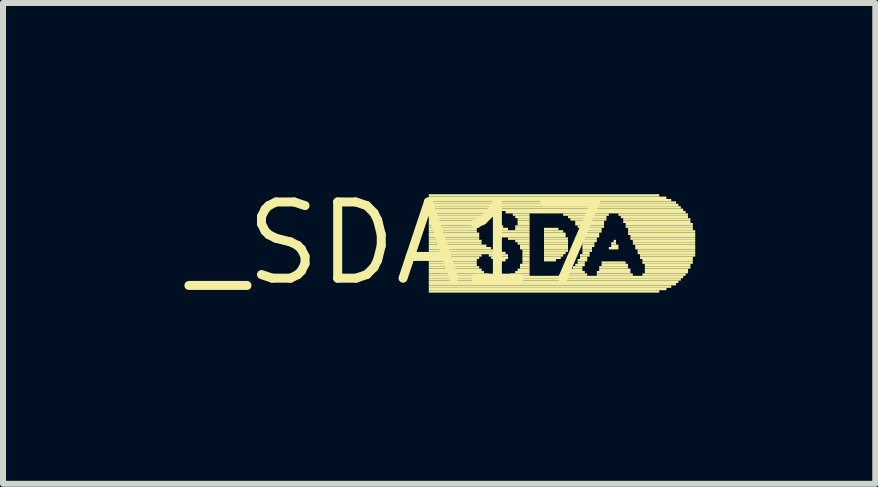
<source format=kicad_pcb>
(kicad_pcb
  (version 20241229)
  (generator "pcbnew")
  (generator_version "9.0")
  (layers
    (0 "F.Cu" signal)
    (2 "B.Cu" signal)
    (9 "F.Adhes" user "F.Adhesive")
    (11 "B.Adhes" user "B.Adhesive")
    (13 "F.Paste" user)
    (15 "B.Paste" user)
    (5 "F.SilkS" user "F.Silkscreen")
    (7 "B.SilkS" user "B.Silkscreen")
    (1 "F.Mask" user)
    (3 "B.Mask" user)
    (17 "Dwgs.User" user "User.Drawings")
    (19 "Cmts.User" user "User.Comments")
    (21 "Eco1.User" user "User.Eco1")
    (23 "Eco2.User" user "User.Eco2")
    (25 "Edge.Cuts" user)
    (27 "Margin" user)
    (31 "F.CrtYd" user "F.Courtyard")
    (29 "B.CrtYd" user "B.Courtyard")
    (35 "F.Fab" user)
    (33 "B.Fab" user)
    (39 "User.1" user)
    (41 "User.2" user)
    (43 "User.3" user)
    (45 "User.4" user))
  (footprint "_SDA17"
    (layer "F.Cu")
    (at 3.575 1.006)
    (property "Reference" "_SDA17" (at 0 0 0) (layer "F.SilkS") (effects (font (size 1.27 1.27) (thickness 0.15))))
    (fp_poly (pts (xy 0.52 -0.78) (xy 4.36 -0.78) (xy 4.36 -0.82) (xy 0.52 -0.82)) (stroke (width 0) (type default)) (fill yes) (layer "F.SilkS"))
    (fp_poly (pts (xy 0.52 -0.74) (xy 4.48 -0.74) (xy 4.48 -0.78) (xy 0.52 -0.78)) (stroke (width 0) (type default)) (fill yes) (layer "F.SilkS"))
    (fp_poly (pts (xy 0.52 -0.7) (xy 4.56 -0.7) (xy 4.56 -0.74) (xy 0.52 -0.74)) (stroke (width 0) (type default)) (fill yes) (layer "F.SilkS"))
    (fp_poly (pts (xy 0.52 -0.66) (xy 4.64 -0.66) (xy 4.64 -0.7) (xy 0.52 -0.7)) (stroke (width 0) (type default)) (fill yes) (layer "F.SilkS"))
    (fp_poly (pts (xy 0.52 -0.62) (xy 4.68 -0.62) (xy 4.68 -0.66) (xy 0.52 -0.66)) (stroke (width 0) (type default)) (fill yes) (layer "F.SilkS"))
    (fp_poly (pts (xy 0.52 -0.58) (xy 4.72 -0.58) (xy 4.72 -0.62) (xy 0.52 -0.62)) (stroke (width 0) (type default)) (fill yes) (layer "F.SilkS"))
    (fp_poly (pts (xy 0.52 -0.54) (xy 4.76 -0.54) (xy 4.76 -0.58) (xy 0.52 -0.58)) (stroke (width 0) (type default)) (fill yes) (layer "F.SilkS"))
    (fp_poly (pts (xy 0.52 -0.5) (xy 1.6 -0.5) (xy 1.6 -0.54) (xy 0.52 -0.54)) (stroke (width 0) (type default)) (fill yes) (layer "F.SilkS"))
    (fp_poly (pts (xy 0.52 -0.46) (xy 1.48 -0.46) (xy 1.48 -0.5) (xy 0.52 -0.5)) (stroke (width 0) (type default)) (fill yes) (layer "F.SilkS"))
    (fp_poly (pts (xy 0.52 -0.42) (xy 1.44 -0.42) (xy 1.44 -0.46) (xy 0.52 -0.46)) (stroke (width 0) (type default)) (fill yes) (layer "F.SilkS"))
    (fp_poly (pts (xy 0.52 -0.38) (xy 1.4 -0.38) (xy 1.4 -0.42) (xy 0.52 -0.42)) (stroke (width 0) (type default)) (fill yes) (layer "F.SilkS"))
    (fp_poly (pts (xy 0.52 -0.34) (xy 1.36 -0.34) (xy 1.36 -0.38) (xy 0.52 -0.38)) (stroke (width 0) (type default)) (fill yes) (layer "F.SilkS"))
    (fp_poly (pts (xy 0.52 -0.3) (xy 1.36 -0.3) (xy 1.36 -0.34) (xy 0.52 -0.34)) (stroke (width 0) (type default)) (fill yes) (layer "F.SilkS"))
    (fp_poly (pts (xy 0.52 -0.26) (xy 1.36 -0.26) (xy 1.36 -0.3) (xy 0.52 -0.3)) (stroke (width 0) (type default)) (fill yes) (layer "F.SilkS"))
    (fp_poly (pts (xy 0.52 -0.22) (xy 1.32 -0.22) (xy 1.32 -0.26) (xy 0.52 -0.26)) (stroke (width 0) (type default)) (fill yes) (layer "F.SilkS"))
    (fp_poly (pts (xy 0.52 -0.18) (xy 1.32 -0.18) (xy 1.32 -0.22) (xy 0.52 -0.22)) (stroke (width 0) (type default)) (fill yes) (layer "F.SilkS"))
    (fp_poly (pts (xy 0.52 -0.14) (xy 1.36 -0.14) (xy 1.36 -0.18) (xy 0.52 -0.18)) (stroke (width 0) (type default)) (fill yes) (layer "F.SilkS"))
    (fp_poly (pts (xy 0.52 -0.1) (xy 1.36 -0.1) (xy 1.36 -0.14) (xy 0.52 -0.14)) (stroke (width 0) (type default)) (fill yes) (layer "F.SilkS"))
    (fp_poly (pts (xy 0.52 -0.06) (xy 1.36 -0.06) (xy 1.36 -0.1) (xy 0.52 -0.1)) (stroke (width 0) (type default)) (fill yes) (layer "F.SilkS"))
    (fp_poly (pts (xy 0.52 -0.02) (xy 1.4 -0.02) (xy 1.4 -0.06) (xy 0.52 -0.06)) (stroke (width 0) (type default)) (fill yes) (layer "F.SilkS"))
    (fp_poly (pts (xy 0.52 0.02) (xy 1.4 0.02) (xy 1.4 -0.02) (xy 0.52 -0.02)) (stroke (width 0) (type default)) (fill yes) (layer "F.SilkS"))
    (fp_poly (pts (xy 0.52 0.06) (xy 1.48 0.06) (xy 1.48 0.02) (xy 0.52 0.02)) (stroke (width 0) (type default)) (fill yes) (layer "F.SilkS"))
    (fp_poly (pts (xy 0.52 0.1) (xy 1.56 0.1) (xy 1.56 0.06) (xy 0.52 0.06)) (stroke (width 0) (type default)) (fill yes) (layer "F.SilkS"))
    (fp_poly (pts (xy 0.52 0.14) (xy 1.72 0.14) (xy 1.72 0.1) (xy 0.52 0.1)) (stroke (width 0) (type default)) (fill yes) (layer "F.SilkS"))
    (fp_poly (pts (xy 0.52 0.18) (xy 1.8 0.18) (xy 1.8 0.14) (xy 0.52 0.14)) (stroke (width 0) (type default)) (fill yes) (layer "F.SilkS"))
    (fp_poly (pts (xy 0.52 0.22) (xy 1.4 0.22) (xy 1.4 0.18) (xy 0.52 0.18)) (stroke (width 0) (type default)) (fill yes) (layer "F.SilkS"))
    (fp_poly (pts (xy 0.52 0.26) (xy 1.36 0.26) (xy 1.36 0.22) (xy 0.52 0.22)) (stroke (width 0) (type default)) (fill yes) (layer "F.SilkS"))
    (fp_poly (pts (xy 0.52 0.3) (xy 1.32 0.3) (xy 1.32 0.26) (xy 0.52 0.26)) (stroke (width 0) (type default)) (fill yes) (layer "F.SilkS"))
    (fp_poly (pts (xy 0.52 0.34) (xy 1.32 0.34) (xy 1.32 0.3) (xy 0.52 0.3)) (stroke (width 0) (type default)) (fill yes) (layer "F.SilkS"))
    (fp_poly (pts (xy 0.52 0.38) (xy 1.32 0.38) (xy 1.32 0.34) (xy 0.52 0.34)) (stroke (width 0) (type default)) (fill yes) (layer "F.SilkS"))
    (fp_poly (pts (xy 0.52 0.42) (xy 1.36 0.42) (xy 1.36 0.38) (xy 0.52 0.38)) (stroke (width 0) (type default)) (fill yes) (layer "F.SilkS"))
    (fp_poly (pts (xy 0.52 0.46) (xy 1.4 0.46) (xy 1.4 0.42) (xy 0.52 0.42)) (stroke (width 0) (type default)) (fill yes) (layer "F.SilkS"))
    (fp_poly (pts (xy 0.52 0.5) (xy 1.44 0.5) (xy 1.44 0.46) (xy 0.52 0.46)) (stroke (width 0) (type default)) (fill yes) (layer "F.SilkS"))
    (fp_poly (pts (xy 0.52 0.54) (xy 1.52 0.54) (xy 1.52 0.5) (xy 0.52 0.5)) (stroke (width 0) (type default)) (fill yes) (layer "F.SilkS"))
    (fp_poly (pts (xy 0.52 0.58) (xy 4.76 0.58) (xy 4.76 0.54) (xy 0.52 0.54)) (stroke (width 0) (type default)) (fill yes) (layer "F.SilkS"))
    (fp_poly (pts (xy 0.52 0.62) (xy 4.72 0.62) (xy 4.72 0.58) (xy 0.52 0.58)) (stroke (width 0) (type default)) (fill yes) (layer "F.SilkS"))
    (fp_poly (pts (xy 0.52 0.66) (xy 4.68 0.66) (xy 4.68 0.62) (xy 0.52 0.62)) (stroke (width 0) (type default)) (fill yes) (layer "F.SilkS"))
    (fp_poly (pts (xy 0.52 0.7) (xy 4.64 0.7) (xy 4.64 0.66) (xy 0.52 0.66)) (stroke (width 0) (type default)) (fill yes) (layer "F.SilkS"))
    (fp_poly (pts (xy 0.52 0.74) (xy 4.56 0.74) (xy 4.56 0.7) (xy 0.52 0.7)) (stroke (width 0) (type default)) (fill yes) (layer "F.SilkS"))
    (fp_poly (pts (xy 0.52 0.78) (xy 4.48 0.78) (xy 4.48 0.74) (xy 0.52 0.74)) (stroke (width 0) (type default)) (fill yes) (layer "F.SilkS"))
    (fp_poly (pts (xy 0.52 0.82) (xy 4.36 0.82) (xy 4.36 0.78) (xy 0.52 0.78)) (stroke (width 0) (type default)) (fill yes) (layer "F.SilkS"))
    (fp_poly (pts (xy 1.52 0.22) (xy 1.84 0.22) (xy 1.84 0.18) (xy 1.52 0.18)) (stroke (width 0) (type default)) (fill yes) (layer "F.SilkS"))
    (fp_poly (pts (xy 1.56 0.26) (xy 1.84 0.26) (xy 1.84 0.22) (xy 1.56 0.22)) (stroke (width 0) (type default)) (fill yes) (layer "F.SilkS"))
    (fp_poly (pts (xy 1.6 -0.22) (xy 1.84 -0.22) (xy 1.84 -0.26) (xy 1.6 -0.26)) (stroke (width 0) (type default)) (fill yes) (layer "F.SilkS"))
    (fp_poly (pts (xy 1.6 -0.18) (xy 2.2 -0.18) (xy 2.2 -0.22) (xy 1.6 -0.22)) (stroke (width 0) (type default)) (fill yes) (layer "F.SilkS"))
    (fp_poly (pts (xy 1.6 -0.14) (xy 2.2 -0.14) (xy 2.2 -0.18) (xy 1.6 -0.18)) (stroke (width 0) (type default)) (fill yes) (layer "F.SilkS"))
    (fp_poly (pts (xy 1.6 0.3) (xy 1.8 0.3) (xy 1.8 0.26) (xy 1.6 0.26)) (stroke (width 0) (type default)) (fill yes) (layer "F.SilkS"))
    (fp_poly (pts (xy 1.64 -0.26) (xy 1.76 -0.26) (xy 1.76 -0.3) (xy 1.64 -0.3)) (stroke (width 0) (type default)) (fill yes) (layer "F.SilkS"))
    (fp_poly (pts (xy 1.68 -0.1) (xy 2.2 -0.1) (xy 2.2 -0.14) (xy 1.68 -0.14)) (stroke (width 0) (type default)) (fill yes) (layer "F.SilkS"))
    (fp_poly (pts (xy 1.8 -0.5) (xy 4.8 -0.5) (xy 4.8 -0.54) (xy 1.8 -0.54)) (stroke (width 0) (type default)) (fill yes) (layer "F.SilkS"))
    (fp_poly (pts (xy 1.84 -0.06) (xy 2.2 -0.06) (xy 2.2 -0.1) (xy 1.84 -0.1)) (stroke (width 0) (type default)) (fill yes) (layer "F.SilkS"))
    (fp_poly (pts (xy 1.88 0.54) (xy 2.2 0.54) (xy 2.2 0.5) (xy 1.88 0.5)) (stroke (width 0) (type default)) (fill yes) (layer "F.SilkS"))
    (fp_poly (pts (xy 1.92 -0.46) (xy 2.2 -0.46) (xy 2.2 -0.5) (xy 1.92 -0.5)) (stroke (width 0) (type default)) (fill yes) (layer "F.SilkS"))
    (fp_poly (pts (xy 1.96 -0.42) (xy 2.2 -0.42) (xy 2.2 -0.46) (xy 1.96 -0.46)) (stroke (width 0) (type default)) (fill yes) (layer "F.SilkS"))
    (fp_poly (pts (xy 1.96 -0.26) (xy 2.2 -0.26) (xy 2.2 -0.3) (xy 1.96 -0.3)) (stroke (width 0) (type default)) (fill yes) (layer "F.SilkS"))
    (fp_poly (pts (xy 1.96 -0.22) (xy 2.2 -0.22) (xy 2.2 -0.26) (xy 1.96 -0.26)) (stroke (width 0) (type default)) (fill yes) (layer "F.SilkS"))
    (fp_poly (pts (xy 1.96 -0.02) (xy 2.2 -0.02) (xy 2.2 -0.06) (xy 1.96 -0.06)) (stroke (width 0) (type default)) (fill yes) (layer "F.SilkS"))
    (fp_poly (pts (xy 1.96 0.5) (xy 2.2 0.5) (xy 2.2 0.46) (xy 1.96 0.46)) (stroke (width 0) (type default)) (fill yes) (layer "F.SilkS"))
    (fp_poly (pts (xy 2 -0.38) (xy 2.2 -0.38) (xy 2.2 -0.42) (xy 2 -0.42)) (stroke (width 0) (type default)) (fill yes) (layer "F.SilkS"))
    (fp_poly (pts (xy 2 -0.34) (xy 2.2 -0.34) (xy 2.2 -0.38) (xy 2 -0.38)) (stroke (width 0) (type default)) (fill yes) (layer "F.SilkS"))
    (fp_poly (pts (xy 2 -0.3) (xy 2.2 -0.3) (xy 2.2 -0.34) (xy 2 -0.34)) (stroke (width 0) (type default)) (fill yes) (layer "F.SilkS"))
    (fp_poly (pts (xy 2 0.02) (xy 2.2 0.02) (xy 2.2 -0.02) (xy 2 -0.02)) (stroke (width 0) (type default)) (fill yes) (layer "F.SilkS"))
    (fp_poly (pts (xy 2 0.46) (xy 2.2 0.46) (xy 2.2 0.42) (xy 2 0.42)) (stroke (width 0) (type default)) (fill yes) (layer "F.SilkS"))
    (fp_poly (pts (xy 2.04 0.06) (xy 2.2 0.06) (xy 2.2 0.02) (xy 2.04 0.02)) (stroke (width 0) (type default)) (fill yes) (layer "F.SilkS"))
    (fp_poly (pts (xy 2.04 0.1) (xy 2.2 0.1) (xy 2.2 0.06) (xy 2.04 0.06)) (stroke (width 0) (type default)) (fill yes) (layer "F.SilkS"))
    (fp_poly (pts (xy 2.04 0.38) (xy 2.2 0.38) (xy 2.2 0.34) (xy 2.04 0.34)) (stroke (width 0) (type default)) (fill yes) (layer "F.SilkS"))
    (fp_poly (pts (xy 2.04 0.42) (xy 2.2 0.42) (xy 2.2 0.38) (xy 2.04 0.38)) (stroke (width 0) (type default)) (fill yes) (layer "F.SilkS"))
    (fp_poly (pts (xy 2.08 0.14) (xy 2.2 0.14) (xy 2.2 0.1) (xy 2.08 0.1)) (stroke (width 0) (type default)) (fill yes) (layer "F.SilkS"))
    (fp_poly (pts (xy 2.08 0.18) (xy 2.2 0.18) (xy 2.2 0.14) (xy 2.08 0.14)) (stroke (width 0) (type default)) (fill yes) (layer "F.SilkS"))
    (fp_poly (pts (xy 2.08 0.22) (xy 2.2 0.22) (xy 2.2 0.18) (xy 2.08 0.18)) (stroke (width 0) (type default)) (fill yes) (layer "F.SilkS"))
    (fp_poly (pts (xy 2.08 0.26) (xy 2.2 0.26) (xy 2.2 0.22) (xy 2.08 0.22)) (stroke (width 0) (type default)) (fill yes) (layer "F.SilkS"))
    (fp_poly (pts (xy 2.08 0.3) (xy 2.2 0.3) (xy 2.2 0.26) (xy 2.08 0.26)) (stroke (width 0) (type default)) (fill yes) (layer "F.SilkS"))
    (fp_poly (pts (xy 2.08 0.34) (xy 2.2 0.34) (xy 2.2 0.3) (xy 2.08 0.3)) (stroke (width 0) (type default)) (fill yes) (layer "F.SilkS"))
    (fp_poly (pts (xy 2.44 -0.22) (xy 2.68 -0.22) (xy 2.68 -0.26) (xy 2.44 -0.26)) (stroke (width 0) (type default)) (fill yes) (layer "F.SilkS"))
    (fp_poly (pts (xy 2.44 -0.18) (xy 2.76 -0.18) (xy 2.76 -0.22) (xy 2.44 -0.22)) (stroke (width 0) (type default)) (fill yes) (layer "F.SilkS"))
    (fp_poly (pts (xy 2.44 -0.14) (xy 2.8 -0.14) (xy 2.8 -0.18) (xy 2.44 -0.18)) (stroke (width 0) (type default)) (fill yes) (layer "F.SilkS"))
    (fp_poly (pts (xy 2.44 -0.1) (xy 2.8 -0.1) (xy 2.8 -0.14) (xy 2.44 -0.14)) (stroke (width 0) (type default)) (fill yes) (layer "F.SilkS"))
    (fp_poly (pts (xy 2.44 -0.06) (xy 2.84 -0.06) (xy 2.84 -0.1) (xy 2.44 -0.1)) (stroke (width 0) (type default)) (fill yes) (layer "F.SilkS"))
    (fp_poly (pts (xy 2.44 -0.02) (xy 2.84 -0.02) (xy 2.84 -0.06) (xy 2.44 -0.06)) (stroke (width 0) (type default)) (fill yes) (layer "F.SilkS"))
    (fp_poly (pts (xy 2.44 0.02) (xy 2.84 0.02) (xy 2.84 -0.02) (xy 2.44 -0.02)) (stroke (width 0) (type default)) (fill yes) (layer "F.SilkS"))
    (fp_poly (pts (xy 2.44 0.06) (xy 2.84 0.06) (xy 2.84 0.02) (xy 2.44 0.02)) (stroke (width 0) (type default)) (fill yes) (layer "F.SilkS"))
    (fp_poly (pts (xy 2.44 0.1) (xy 2.84 0.1) (xy 2.84 0.06) (xy 2.44 0.06)) (stroke (width 0) (type default)) (fill yes) (layer "F.SilkS"))
    (fp_poly (pts (xy 2.44 0.14) (xy 2.84 0.14) (xy 2.84 0.1) (xy 2.44 0.1)) (stroke (width 0) (type default)) (fill yes) (layer "F.SilkS"))
    (fp_poly (pts (xy 2.44 0.18) (xy 2.8 0.18) (xy 2.8 0.14) (xy 2.44 0.14)) (stroke (width 0) (type default)) (fill yes) (layer "F.SilkS"))
    (fp_poly (pts (xy 2.44 0.22) (xy 2.76 0.22) (xy 2.76 0.18) (xy 2.44 0.18)) (stroke (width 0) (type default)) (fill yes) (layer "F.SilkS"))
    (fp_poly (pts (xy 2.44 0.26) (xy 2.72 0.26) (xy 2.72 0.22) (xy 2.44 0.22)) (stroke (width 0) (type default)) (fill yes) (layer "F.SilkS"))
    (fp_poly (pts (xy 2.44 0.3) (xy 2.64 0.3) (xy 2.64 0.26) (xy 2.44 0.26)) (stroke (width 0) (type default)) (fill yes) (layer "F.SilkS"))
    (fp_poly (pts (xy 2.72 0.54) (xy 3.16 0.54) (xy 3.16 0.5) (xy 2.72 0.5)) (stroke (width 0) (type default)) (fill yes) (layer "F.SilkS"))
    (fp_poly (pts (xy 2.76 -0.46) (xy 3.52 -0.46) (xy 3.52 -0.5) (xy 2.76 -0.5)) (stroke (width 0) (type default)) (fill yes) (layer "F.SilkS"))
    (fp_poly (pts (xy 2.8 0.5) (xy 3.12 0.5) (xy 3.12 0.46) (xy 2.8 0.46)) (stroke (width 0) (type default)) (fill yes) (layer "F.SilkS"))
    (fp_poly (pts (xy 2.84 -0.42) (xy 3.48 -0.42) (xy 3.48 -0.46) (xy 2.84 -0.46)) (stroke (width 0) (type default)) (fill yes) (layer "F.SilkS"))
    (fp_poly (pts (xy 2.88 -0.38) (xy 3.48 -0.38) (xy 3.48 -0.42) (xy 2.88 -0.42)) (stroke (width 0) (type default)) (fill yes) (layer "F.SilkS"))
    (fp_poly (pts (xy 2.88 0.46) (xy 3.08 0.46) (xy 3.08 0.42) (xy 2.88 0.42)) (stroke (width 0) (type default)) (fill yes) (layer "F.SilkS"))
    (fp_poly (pts (xy 2.92 0.42) (xy 3.08 0.42) (xy 3.08 0.38) (xy 2.92 0.38)) (stroke (width 0) (type default)) (fill yes) (layer "F.SilkS"))
    (fp_poly (pts (xy 2.96 -0.34) (xy 3.44 -0.34) (xy 3.44 -0.38) (xy 2.96 -0.38)) (stroke (width 0) (type default)) (fill yes) (layer "F.SilkS"))
    (fp_poly (pts (xy 2.96 -0.3) (xy 3.44 -0.3) (xy 3.44 -0.34) (xy 2.96 -0.34)) (stroke (width 0) (type default)) (fill yes) (layer "F.SilkS"))
    (fp_poly (pts (xy 2.96 0.38) (xy 3.12 0.38) (xy 3.12 0.34) (xy 2.96 0.34)) (stroke (width 0) (type default)) (fill yes) (layer "F.SilkS"))
    (fp_poly (pts (xy 3 -0.26) (xy 3.44 -0.26) (xy 3.44 -0.3) (xy 3 -0.3)) (stroke (width 0) (type default)) (fill yes) (layer "F.SilkS"))
    (fp_poly (pts (xy 3 0.3) (xy 3.16 0.3) (xy 3.16 0.26) (xy 3 0.26)) (stroke (width 0) (type default)) (fill yes) (layer "F.SilkS"))
    (fp_poly (pts (xy 3 0.34) (xy 3.12 0.34) (xy 3.12 0.3) (xy 3 0.3)) (stroke (width 0) (type default)) (fill yes) (layer "F.SilkS"))
    (fp_poly (pts (xy 3.04 -0.22) (xy 3.4 -0.22) (xy 3.4 -0.26) (xy 3.04 -0.26)) (stroke (width 0) (type default)) (fill yes) (layer "F.SilkS"))
    (fp_poly (pts (xy 3.04 -0.18) (xy 3.4 -0.18) (xy 3.4 -0.22) (xy 3.04 -0.22)) (stroke (width 0) (type default)) (fill yes) (layer "F.SilkS"))
    (fp_poly (pts (xy 3.04 0.22) (xy 3.2 0.22) (xy 3.2 0.18) (xy 3.04 0.18)) (stroke (width 0) (type default)) (fill yes) (layer "F.SilkS"))
    (fp_poly (pts (xy 3.04 0.26) (xy 3.16 0.26) (xy 3.16 0.22) (xy 3.04 0.22)) (stroke (width 0) (type default)) (fill yes) (layer "F.SilkS"))
    (fp_poly (pts (xy 3.08 -0.14) (xy 3.36 -0.14) (xy 3.36 -0.18) (xy 3.08 -0.18)) (stroke (width 0) (type default)) (fill yes) (layer "F.SilkS"))
    (fp_poly (pts (xy 3.08 -0.1) (xy 3.36 -0.1) (xy 3.36 -0.14) (xy 3.08 -0.14)) (stroke (width 0) (type default)) (fill yes) (layer "F.SilkS"))
    (fp_poly (pts (xy 3.08 -0.06) (xy 3.32 -0.06) (xy 3.32 -0.1) (xy 3.08 -0.1)) (stroke (width 0) (type default)) (fill yes) (layer "F.SilkS"))
    (fp_poly (pts (xy 3.08 -0.02) (xy 3.32 -0.02) (xy 3.32 -0.06) (xy 3.08 -0.06)) (stroke (width 0) (type default)) (fill yes) (layer "F.SilkS"))
    (fp_poly (pts (xy 3.08 0.02) (xy 3.28 0.02) (xy 3.28 -0.02) (xy 3.08 -0.02)) (stroke (width 0) (type default)) (fill yes) (layer "F.SilkS"))
    (fp_poly (pts (xy 3.08 0.06) (xy 3.28 0.06) (xy 3.28 0.02) (xy 3.08 0.02)) (stroke (width 0) (type default)) (fill yes) (layer "F.SilkS"))
    (fp_poly (pts (xy 3.08 0.1) (xy 3.24 0.1) (xy 3.24 0.06) (xy 3.08 0.06)) (stroke (width 0) (type default)) (fill yes) (layer "F.SilkS"))
    (fp_poly (pts (xy 3.08 0.14) (xy 3.24 0.14) (xy 3.24 0.1) (xy 3.08 0.1)) (stroke (width 0) (type default)) (fill yes) (layer "F.SilkS"))
    (fp_poly (pts (xy 3.08 0.18) (xy 3.2 0.18) (xy 3.2 0.14) (xy 3.08 0.14)) (stroke (width 0) (type default)) (fill yes) (layer "F.SilkS"))
    (fp_poly (pts (xy 3.32 0.5) (xy 3.88 0.5) (xy 3.88 0.46) (xy 3.32 0.46)) (stroke (width 0) (type default)) (fill yes) (layer "F.SilkS"))
    (fp_poly (pts (xy 3.32 0.54) (xy 3.92 0.54) (xy 3.92 0.5) (xy 3.32 0.5)) (stroke (width 0) (type default)) (fill yes) (layer "F.SilkS"))
    (fp_poly (pts (xy 3.36 0.42) (xy 3.84 0.42) (xy 3.84 0.38) (xy 3.36 0.38)) (stroke (width 0) (type default)) (fill yes) (layer "F.SilkS"))
    (fp_poly (pts (xy 3.36 0.46) (xy 3.88 0.46) (xy 3.88 0.42) (xy 3.36 0.42)) (stroke (width 0) (type default)) (fill yes) (layer "F.SilkS"))
    (fp_poly (pts (xy 3.4 0.34) (xy 3.8 0.34) (xy 3.8 0.3) (xy 3.4 0.3)) (stroke (width 0) (type default)) (fill yes) (layer "F.SilkS"))
    (fp_poly (pts (xy 3.4 0.38) (xy 3.84 0.38) (xy 3.84 0.34) (xy 3.4 0.34)) (stroke (width 0) (type default)) (fill yes) (layer "F.SilkS"))
    (fp_poly (pts (xy 3.52 0.1) (xy 3.68 0.1) (xy 3.68 0.06) (xy 3.52 0.06)) (stroke (width 0) (type default)) (fill yes) (layer "F.SilkS"))
    (fp_poly (pts (xy 3.56 0.02) (xy 3.64 0.02) (xy 3.64 -0.02) (xy 3.56 -0.02)) (stroke (width 0) (type default)) (fill yes) (layer "F.SilkS"))
    (fp_poly (pts (xy 3.56 0.06) (xy 3.68 0.06) (xy 3.68 0.02) (xy 3.56 0.02)) (stroke (width 0) (type default)) (fill yes) (layer "F.SilkS"))
    (fp_poly (pts (xy 3.6 -0.02) (xy 3.64 -0.02) (xy 3.64 -0.06) (xy 3.6 -0.06)) (stroke (width 0) (type default)) (fill yes) (layer "F.SilkS"))
    (fp_poly (pts (xy 3.68 -0.46) (xy 4.84 -0.46) (xy 4.84 -0.5) (xy 3.68 -0.5)) (stroke (width 0) (type default)) (fill yes) (layer "F.SilkS"))
    (fp_poly (pts (xy 3.72 -0.42) (xy 4.84 -0.42) (xy 4.84 -0.46) (xy 3.72 -0.46)) (stroke (width 0) (type default)) (fill yes) (layer "F.SilkS"))
    (fp_poly (pts (xy 3.76 -0.38) (xy 4.88 -0.38) (xy 4.88 -0.42) (xy 3.76 -0.42)) (stroke (width 0) (type default)) (fill yes) (layer "F.SilkS"))
    (fp_poly (pts (xy 3.76 -0.34) (xy 4.88 -0.34) (xy 4.88 -0.38) (xy 3.76 -0.38)) (stroke (width 0) (type default)) (fill yes) (layer "F.SilkS"))
    (fp_poly (pts (xy 3.8 -0.3) (xy 4.92 -0.3) (xy 4.92 -0.34) (xy 3.8 -0.34)) (stroke (width 0) (type default)) (fill yes) (layer "F.SilkS"))
    (fp_poly (pts (xy 3.8 -0.26) (xy 4.92 -0.26) (xy 4.92 -0.3) (xy 3.8 -0.3)) (stroke (width 0) (type default)) (fill yes) (layer "F.SilkS"))
    (fp_poly (pts (xy 3.84 -0.22) (xy 4.92 -0.22) (xy 4.92 -0.26) (xy 3.84 -0.26)) (stroke (width 0) (type default)) (fill yes) (layer "F.SilkS"))
    (fp_poly (pts (xy 3.84 -0.18) (xy 4.96 -0.18) (xy 4.96 -0.22) (xy 3.84 -0.22)) (stroke (width 0) (type default)) (fill yes) (layer "F.SilkS"))
    (fp_poly (pts (xy 3.84 -0.14) (xy 4.96 -0.14) (xy 4.96 -0.18) (xy 3.84 -0.18)) (stroke (width 0) (type default)) (fill yes) (layer "F.SilkS"))
    (fp_poly (pts (xy 3.88 -0.1) (xy 4.96 -0.1) (xy 4.96 -0.14) (xy 3.88 -0.14)) (stroke (width 0) (type default)) (fill yes) (layer "F.SilkS"))
    (fp_poly (pts (xy 3.88 -0.06) (xy 4.96 -0.06) (xy 4.96 -0.1) (xy 3.88 -0.1)) (stroke (width 0) (type default)) (fill yes) (layer "F.SilkS"))
    (fp_poly (pts (xy 3.92 -0.02) (xy 4.96 -0.02) (xy 4.96 -0.06) (xy 3.92 -0.06)) (stroke (width 0) (type default)) (fill yes) (layer "F.SilkS"))
    (fp_poly (pts (xy 3.92 0.02) (xy 4.96 0.02) (xy 4.96 -0.02) (xy 3.92 -0.02)) (stroke (width 0) (type default)) (fill yes) (layer "F.SilkS"))
    (fp_poly (pts (xy 3.96 0.06) (xy 4.96 0.06) (xy 4.96 0.02) (xy 3.96 0.02)) (stroke (width 0) (type default)) (fill yes) (layer "F.SilkS"))
    (fp_poly (pts (xy 3.96 0.1) (xy 4.96 0.1) (xy 4.96 0.06) (xy 3.96 0.06)) (stroke (width 0) (type default)) (fill yes) (layer "F.SilkS"))
    (fp_poly (pts (xy 4 0.14) (xy 4.96 0.14) (xy 4.96 0.1) (xy 4 0.1)) (stroke (width 0) (type default)) (fill yes) (layer "F.SilkS"))
    (fp_poly (pts (xy 4 0.18) (xy 4.96 0.18) (xy 4.96 0.14) (xy 4 0.14)) (stroke (width 0) (type default)) (fill yes) (layer "F.SilkS"))
    (fp_poly (pts (xy 4.04 0.22) (xy 4.96 0.22) (xy 4.96 0.18) (xy 4.04 0.18)) (stroke (width 0) (type default)) (fill yes) (layer "F.SilkS"))
    (fp_poly (pts (xy 4.04 0.26) (xy 4.92 0.26) (xy 4.92 0.22) (xy 4.04 0.22)) (stroke (width 0) (type default)) (fill yes) (layer "F.SilkS"))
    (fp_poly (pts (xy 4.08 0.3) (xy 4.92 0.3) (xy 4.92 0.26) (xy 4.08 0.26)) (stroke (width 0) (type default)) (fill yes) (layer "F.SilkS"))
    (fp_poly (pts (xy 4.08 0.34) (xy 4.92 0.34) (xy 4.92 0.3) (xy 4.08 0.3)) (stroke (width 0) (type default)) (fill yes) (layer "F.SilkS"))
    (fp_poly (pts (xy 4.08 0.54) (xy 4.8 0.54) (xy 4.8 0.5) (xy 4.08 0.5)) (stroke (width 0) (type default)) (fill yes) (layer "F.SilkS"))
    (fp_poly (pts (xy 4.12 0.38) (xy 4.88 0.38) (xy 4.88 0.34) (xy 4.12 0.34)) (stroke (width 0) (type default)) (fill yes) (layer "F.SilkS"))
    (fp_poly (pts (xy 4.12 0.42) (xy 4.88 0.42) (xy 4.88 0.38) (xy 4.12 0.38)) (stroke (width 0) (type default)) (fill yes) (layer "F.SilkS"))
    (fp_poly (pts (xy 4.12 0.46) (xy 4.84 0.46) (xy 4.84 0.42) (xy 4.12 0.42)) (stroke (width 0) (type default)) (fill yes) (layer "F.SilkS"))
    (fp_poly (pts (xy 4.12 0.5) (xy 4.84 0.5) (xy 4.84 0.46) (xy 4.12 0.46)) (stroke (width 0) (type default)) (fill yes) (layer "F.SilkS")))
  (gr_rect
    (start -3 -3)
    (end 11.535 5.012)
    (stroke (width 0.1) (type default))
    (fill no)
    (layer "Edge.Cuts")))
</source>
